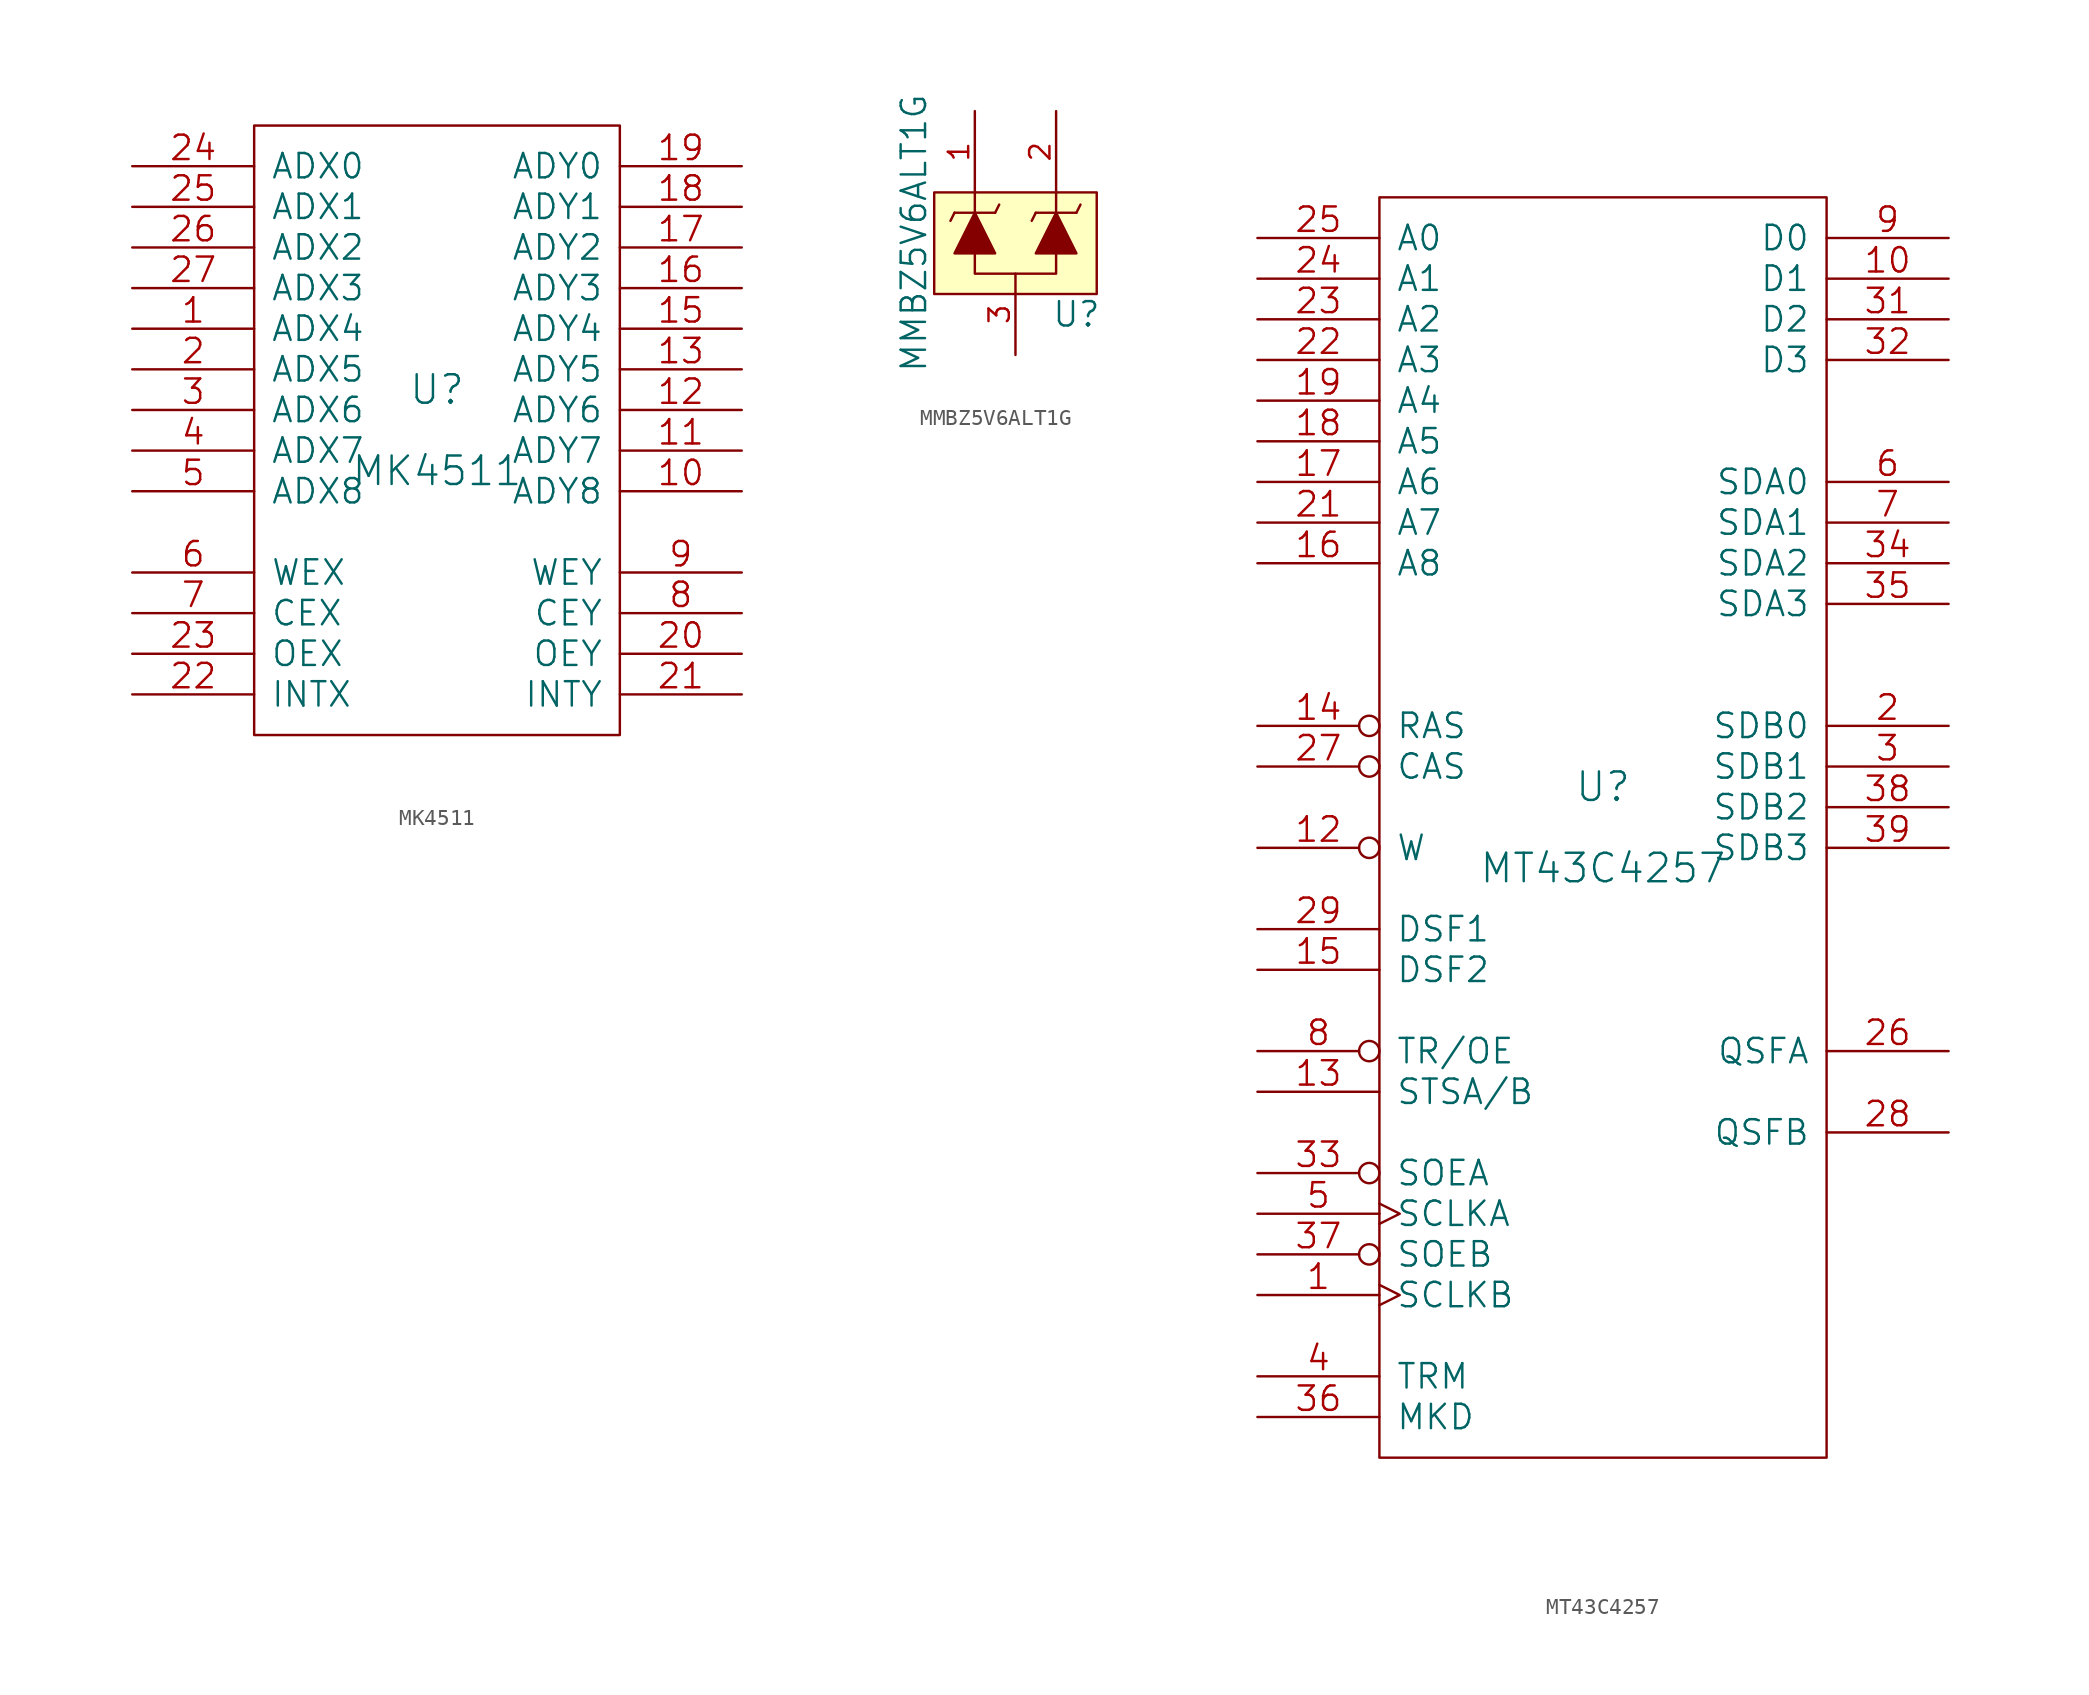
<source format=kicad_sym>
(kicad_symbol_lib
  (version 20211014)
  (generator kicad_symbol_editor)
  (symbol "MK4511"
    (pin_names
      (offset 1.016))
    (property "Reference" "U"
      (at 0 2.54 0)
      (effects (font (size 1.778 1.778))))
    (property "Value" "MK4511"
      (at 0 -2.54 0)
      (effects (font (size 1.778 1.778))))
    (property "Footprint" ""
      (at 0 0 0)
      (effects (font (size 1.524 1.524))))
    (property "Datasheet" ""
      (at 0 0 0)
      (effects (font (size 1.524 1.524))))
    (symbol "MK4511_0_1"
      (rectangle (start -11.43 -19.05) (end 11.43 19.05) (stroke (width 0) (type default) (color 0 0 0 0)) (fill (type none))))
    (symbol "MK4511_1_1"
      (pin input line (at -19.05 6.35 0) (length 7.62) (name "ADX4" (effects (font (size 1.524 1.524)))) (number "1" (effects (font (size 1.524 1.524)))))
      (pin input line (at 19.05 -3.81 180) (length 7.62) (name "ADY8" (effects (font (size 1.524 1.524)))) (number "10" (effects (font (size 1.524 1.524)))))
      (pin input line (at 19.05 -1.27 180) (length 7.62) (name "ADY7" (effects (font (size 1.524 1.524)))) (number "11" (effects (font (size 1.524 1.524)))))
      (pin input line (at 19.05 1.27 180) (length 7.62) (name "ADY6" (effects (font (size 1.524 1.524)))) (number "12" (effects (font (size 1.524 1.524)))))
      (pin input line (at 19.05 3.81 180) (length 7.62) (name "ADY5" (effects (font (size 1.524 1.524)))) (number "13" (effects (font (size 1.524 1.524)))))
      (pin power_in line (at -11.43 -19.05 90) (length 0) hide (name "GND" (effects (font (size 1.524 1.524)))) (number "14" (effects (font (size 1.524 1.524)))))
      (pin input line (at 19.05 6.35 180) (length 7.62) (name "ADY4" (effects (font (size 1.524 1.524)))) (number "15" (effects (font (size 1.524 1.524)))))
      (pin input line (at 19.05 8.89 180) (length 7.62) (name "ADY3" (effects (font (size 1.524 1.524)))) (number "16" (effects (font (size 1.524 1.524)))))
      (pin input line (at 19.05 11.43 180) (length 7.62) (name "ADY2" (effects (font (size 1.524 1.524)))) (number "17" (effects (font (size 1.524 1.524)))))
      (pin input line (at 19.05 13.97 180) (length 7.62) (name "ADY1" (effects (font (size 1.524 1.524)))) (number "18" (effects (font (size 1.524 1.524)))))
      (pin input line (at 19.05 16.51 180) (length 7.62) (name "ADY0" (effects (font (size 1.524 1.524)))) (number "19" (effects (font (size 1.524 1.524)))))
      (pin input line (at -19.05 3.81 0) (length 7.62) (name "ADX5" (effects (font (size 1.524 1.524)))) (number "2" (effects (font (size 1.524 1.524)))))
      (pin input line (at 19.05 -13.97 180) (length 7.62) (name "OEY" (effects (font (size 1.524 1.524)))) (number "20" (effects (font (size 1.524 1.524)))))
      (pin output line (at 19.05 -16.51 180) (length 7.62) (name "INTY" (effects (font (size 1.524 1.524)))) (number "21" (effects (font (size 1.524 1.524)))))
      (pin output line (at -19.05 -16.51 0) (length 7.62) (name "INTX" (effects (font (size 1.524 1.524)))) (number "22" (effects (font (size 1.524 1.524)))))
      (pin input line (at -19.05 -13.97 0) (length 7.62) (name "OEX" (effects (font (size 1.524 1.524)))) (number "23" (effects (font (size 1.524 1.524)))))
      (pin input line (at -19.05 16.51 0) (length 7.62) (name "ADX0" (effects (font (size 1.524 1.524)))) (number "24" (effects (font (size 1.524 1.524)))))
      (pin input line (at -19.05 13.97 0) (length 7.62) (name "ADX1" (effects (font (size 1.524 1.524)))) (number "25" (effects (font (size 1.524 1.524)))))
      (pin input line (at -19.05 11.43 0) (length 7.62) (name "ADX2" (effects (font (size 1.524 1.524)))) (number "26" (effects (font (size 1.524 1.524)))))
      (pin input line (at -19.05 8.89 0) (length 7.62) (name "ADX3" (effects (font (size 1.524 1.524)))) (number "27" (effects (font (size 1.524 1.524)))))
      (pin power_in line (at 11.43 -19.05 90) (length 0) hide (name "VCC" (effects (font (size 1.524 1.524)))) (number "28" (effects (font (size 1.524 1.524)))))
      (pin input line (at -19.05 1.27 0) (length 7.62) (name "ADX6" (effects (font (size 1.524 1.524)))) (number "3" (effects (font (size 1.524 1.524)))))
      (pin input line (at -19.05 -1.27 0) (length 7.62) (name "ADX7" (effects (font (size 1.524 1.524)))) (number "4" (effects (font (size 1.524 1.524)))))
      (pin input line (at -19.05 -3.81 0) (length 7.62) (name "ADX8" (effects (font (size 1.524 1.524)))) (number "5" (effects (font (size 1.524 1.524)))))
      (pin input line (at -19.05 -8.89 0) (length 7.62) (name "WEX" (effects (font (size 1.524 1.524)))) (number "6" (effects (font (size 1.524 1.524)))))
      (pin input line (at -19.05 -11.43 0) (length 7.62) (name "CEX" (effects (font (size 1.524 1.524)))) (number "7" (effects (font (size 1.524 1.524)))))
      (pin input line (at 19.05 -11.43 180) (length 7.62) (name "CEY" (effects (font (size 1.524 1.524)))) (number "8" (effects (font (size 1.524 1.524)))))
      (pin input line (at 19.05 -8.89 180) (length 7.62) (name "WEY" (effects (font (size 1.524 1.524)))) (number "9" (effects (font (size 1.524 1.524)))))))
  (symbol "MMBZ5V6ALT1G"
    (pin_names
      (offset 1.016))
    (property "Reference" "U"
      (at 3.81 -5.08 0)
      (effects (font (size 1.524 1.524))))
    (property "Value" "MMBZ5V6ALT1G"
      (at -6.35 0 90)
      (effects (font (size 1.524 1.524))))
    (symbol "MMBZ5V6ALT1G_0_1"
      (rectangle (start -5.08 2.54) (end 5.08 -3.81) (stroke (width 0) (type default) (color 0 0 0 0)) (fill (type background)))
      (polyline (pts (xy -3.81 1.27) (xy -4.064 0.762)) (stroke (width 0) (type default) (color 0 0 0 0)) (fill (type none)))
      (polyline (pts (xy -3.81 1.27) (xy -1.27 1.27)) (stroke (width 0) (type default) (color 0 0 0 0)) (fill (type none)))
      (polyline (pts (xy -2.54 2.54) (xy -2.54 1.27)) (stroke (width 0) (type default) (color 0 0 0 0)) (fill (type none)))
      (polyline (pts (xy -1.27 1.27) (xy -1.016 1.778)) (stroke (width 0) (type default) (color 0 0 0 0)) (fill (type none)))
      (polyline (pts (xy 1.27 1.27) (xy 1.016 0.762)) (stroke (width 0) (type default) (color 0 0 0 0)) (fill (type none)))
      (polyline (pts (xy 2.54 2.54) (xy 2.54 1.27)) (stroke (width 0) (type default) (color 0 0 0 0)) (fill (type none)))
      (polyline (pts (xy 3.81 1.27) (xy 1.27 1.27)) (stroke (width 0) (type default) (color 0 0 0 0)) (fill (type none)))
      (polyline (pts (xy 3.81 1.27) (xy 4.064 1.778)) (stroke (width 0) (type default) (color 0 0 0 0)) (fill (type none)))
      (polyline (pts (xy -2.54 -1.27) (xy -2.54 -2.54) (xy 2.54 -2.54) (xy 2.54 -1.27)) (stroke (width 0) (type default) (color 0 0 0 0)) (fill (type none)))
      (polyline (pts (xy -2.54 1.27) (xy -3.81 -1.27) (xy -1.27 -1.27) (xy -2.54 1.27)) (stroke (width 0) (type default) (color 0 0 0 0)) (fill (type outline)))
      (polyline (pts (xy 2.54 1.27) (xy 1.27 -1.27) (xy 3.81 -1.27) (xy 2.54 1.27)) (stroke (width 0) (type default) (color 0 0 0 0)) (fill (type outline))))
    (symbol "MMBZ5V6ALT1G_1_1"
      (pin input line (at -2.54 7.62 270) (length 5.08) (name "~" (effects (font (size 1.27 1.27)))) (number "1" (effects (font (size 1.27 1.27)))))
      (pin input line (at 2.54 7.62 270) (length 5.08) (name "~" (effects (font (size 1.27 1.27)))) (number "2" (effects (font (size 1.27 1.27)))))
      (pin input line (at 0 -7.62 90) (length 5.08) (name "~" (effects (font (size 1.27 1.27)))) (number "3" (effects (font (size 1.27 1.27)))))))
  (symbol "MT43C4257"
    (pin_names
      (offset 1.016))
    (property "Reference" "U"
      (at 0 2.54 0)
      (effects (font (size 1.778 1.778))))
    (property "Value" "MT43C4257"
      (at 0 -2.54 0)
      (effects (font (size 1.778 1.778))))
    (property "Footprint" ""
      (at 0 0 0)
      (effects (font (size 1.524 1.524))))
    (property "Datasheet" ""
      (at 0 0 0)
      (effects (font (size 1.524 1.524))))
    (symbol "MT43C4257_0_1"
      (rectangle (start -13.97 -39.37) (end 13.97 39.37) (stroke (width 0) (type default) (color 0 0 0 0)) (fill (type none))))
    (symbol "MT43C4257_1_1"
      (pin input clock (at -21.59 -29.21 0) (length 7.62) (name "SCLKB" (effects (font (size 1.524 1.524)))) (number "1" (effects (font (size 1.524 1.524)))))
      (pin tri_state line (at 21.59 34.29 180) (length 7.62) (name "D1" (effects (font (size 1.524 1.524)))) (number "10" (effects (font (size 1.524 1.524)))))
      (pin power_in line (at -3.81 39.37 90) (length 0) hide (name "VCC" (effects (font (size 1.524 1.524)))) (number "11" (effects (font (size 1.524 1.524)))))
      (pin input inverted (at -21.59 -1.27 0) (length 7.62) (name "W" (effects (font (size 1.524 1.524)))) (number "12" (effects (font (size 1.524 1.524)))))
      (pin input line (at -21.59 -16.51 0) (length 7.62) (name "STSA/B" (effects (font (size 1.524 1.524)))) (number "13" (effects (font (size 1.524 1.524)))))
      (pin input inverted (at -21.59 6.35 0) (length 7.62) (name "RAS" (effects (font (size 1.524 1.524)))) (number "14" (effects (font (size 1.524 1.524)))))
      (pin input line (at -21.59 -8.89 0) (length 7.62) (name "DSF2" (effects (font (size 1.524 1.524)))) (number "15" (effects (font (size 1.524 1.524)))))
      (pin input line (at -21.59 16.51 0) (length 7.62) (name "A8" (effects (font (size 1.524 1.524)))) (number "16" (effects (font (size 1.524 1.524)))))
      (pin input line (at -21.59 21.59 0) (length 7.62) (name "A6" (effects (font (size 1.524 1.524)))) (number "17" (effects (font (size 1.524 1.524)))))
      (pin input line (at -21.59 24.13 0) (length 7.62) (name "A5" (effects (font (size 1.524 1.524)))) (number "18" (effects (font (size 1.524 1.524)))))
      (pin input line (at -21.59 26.67 0) (length 7.62) (name "A4" (effects (font (size 1.524 1.524)))) (number "19" (effects (font (size 1.524 1.524)))))
      (pin tri_state line (at 21.59 6.35 180) (length 7.62) (name "SDB0" (effects (font (size 1.524 1.524)))) (number "2" (effects (font (size 1.524 1.524)))))
      (pin power_in line (at -1.27 39.37 90) (length 0) hide (name "VCC" (effects (font (size 1.524 1.524)))) (number "20" (effects (font (size 1.524 1.524)))))
      (pin input line (at -21.59 19.05 0) (length 7.62) (name "A7" (effects (font (size 1.524 1.524)))) (number "21" (effects (font (size 1.524 1.524)))))
      (pin input line (at -21.59 29.21 0) (length 7.62) (name "A3" (effects (font (size 1.524 1.524)))) (number "22" (effects (font (size 1.524 1.524)))))
      (pin input line (at -21.59 31.75 0) (length 7.62) (name "A2" (effects (font (size 1.524 1.524)))) (number "23" (effects (font (size 1.524 1.524)))))
      (pin input line (at -21.59 34.29 0) (length 7.62) (name "A1" (effects (font (size 1.524 1.524)))) (number "24" (effects (font (size 1.524 1.524)))))
      (pin input line (at -21.59 36.83 0) (length 7.62) (name "A0" (effects (font (size 1.524 1.524)))) (number "25" (effects (font (size 1.524 1.524)))))
      (pin output line (at 21.59 -13.97 180) (length 7.62) (name "QSFA" (effects (font (size 1.524 1.524)))) (number "26" (effects (font (size 1.524 1.524)))))
      (pin input inverted (at -21.59 3.81 0) (length 7.62) (name "CAS" (effects (font (size 1.524 1.524)))) (number "27" (effects (font (size 1.524 1.524)))))
      (pin output line (at 21.59 -19.05 180) (length 7.62) (name "QSFB" (effects (font (size 1.524 1.524)))) (number "28" (effects (font (size 1.524 1.524)))))
      (pin input line (at -21.59 -6.35 0) (length 7.62) (name "DSF1" (effects (font (size 1.524 1.524)))) (number "29" (effects (font (size 1.524 1.524)))))
      (pin tri_state line (at 21.59 3.81 180) (length 7.62) (name "SDB1" (effects (font (size 1.524 1.524)))) (number "3" (effects (font (size 1.524 1.524)))))
      (pin power_in line (at -3.81 -39.37 90) (length 0) hide (name "GND" (effects (font (size 1.524 1.524)))) (number "30" (effects (font (size 1.524 1.524)))))
      (pin tri_state line (at 21.59 31.75 180) (length 7.62) (name "D2" (effects (font (size 1.524 1.524)))) (number "31" (effects (font (size 1.524 1.524)))))
      (pin tri_state line (at 21.59 29.21 180) (length 7.62) (name "D3" (effects (font (size 1.524 1.524)))) (number "32" (effects (font (size 1.524 1.524)))))
      (pin input inverted (at -21.59 -21.59 0) (length 7.62) (name "SOEA" (effects (font (size 1.524 1.524)))) (number "33" (effects (font (size 1.524 1.524)))))
      (pin tri_state line (at 21.59 16.51 180) (length 7.62) (name "SDA2" (effects (font (size 1.524 1.524)))) (number "34" (effects (font (size 1.524 1.524)))))
      (pin tri_state line (at 21.59 13.97 180) (length 7.62) (name "SDA3" (effects (font (size 1.524 1.524)))) (number "35" (effects (font (size 1.524 1.524)))))
      (pin input line (at -21.59 -36.83 0) (length 7.62) (name "MKD" (effects (font (size 1.524 1.524)))) (number "36" (effects (font (size 1.524 1.524)))))
      (pin input inverted (at -21.59 -26.67 0) (length 7.62) (name "SOEB" (effects (font (size 1.524 1.524)))) (number "37" (effects (font (size 1.524 1.524)))))
      (pin tri_state line (at 21.59 1.27 180) (length 7.62) (name "SDB2" (effects (font (size 1.524 1.524)))) (number "38" (effects (font (size 1.524 1.524)))))
      (pin tri_state line (at 21.59 -1.27 180) (length 7.62) (name "SDB3" (effects (font (size 1.524 1.524)))) (number "39" (effects (font (size 1.524 1.524)))))
      (pin input line (at -21.59 -34.29 0) (length 7.62) (name "TRM" (effects (font (size 1.524 1.524)))) (number "4" (effects (font (size 1.524 1.524)))))
      (pin power_in line (at -1.27 -39.37 90) (length 0) hide (name "GND" (effects (font (size 1.524 1.524)))) (number "40" (effects (font (size 1.524 1.524)))))
      (pin input clock (at -21.59 -24.13 0) (length 7.62) (name "SCLKA" (effects (font (size 1.524 1.524)))) (number "5" (effects (font (size 1.524 1.524)))))
      (pin tri_state line (at 21.59 21.59 180) (length 7.62) (name "SDA0" (effects (font (size 1.524 1.524)))) (number "6" (effects (font (size 1.524 1.524)))))
      (pin tri_state line (at 21.59 19.05 180) (length 7.62) (name "SDA1" (effects (font (size 1.524 1.524)))) (number "7" (effects (font (size 1.524 1.524)))))
      (pin input inverted (at -21.59 -13.97 0) (length 7.62) (name "TR/OE" (effects (font (size 1.524 1.524)))) (number "8" (effects (font (size 1.524 1.524)))))
      (pin tri_state line (at 21.59 36.83 180) (length 7.62) (name "D0" (effects (font (size 1.524 1.524)))) (number "9" (effects (font (size 1.524 1.524))))))))
</source>
